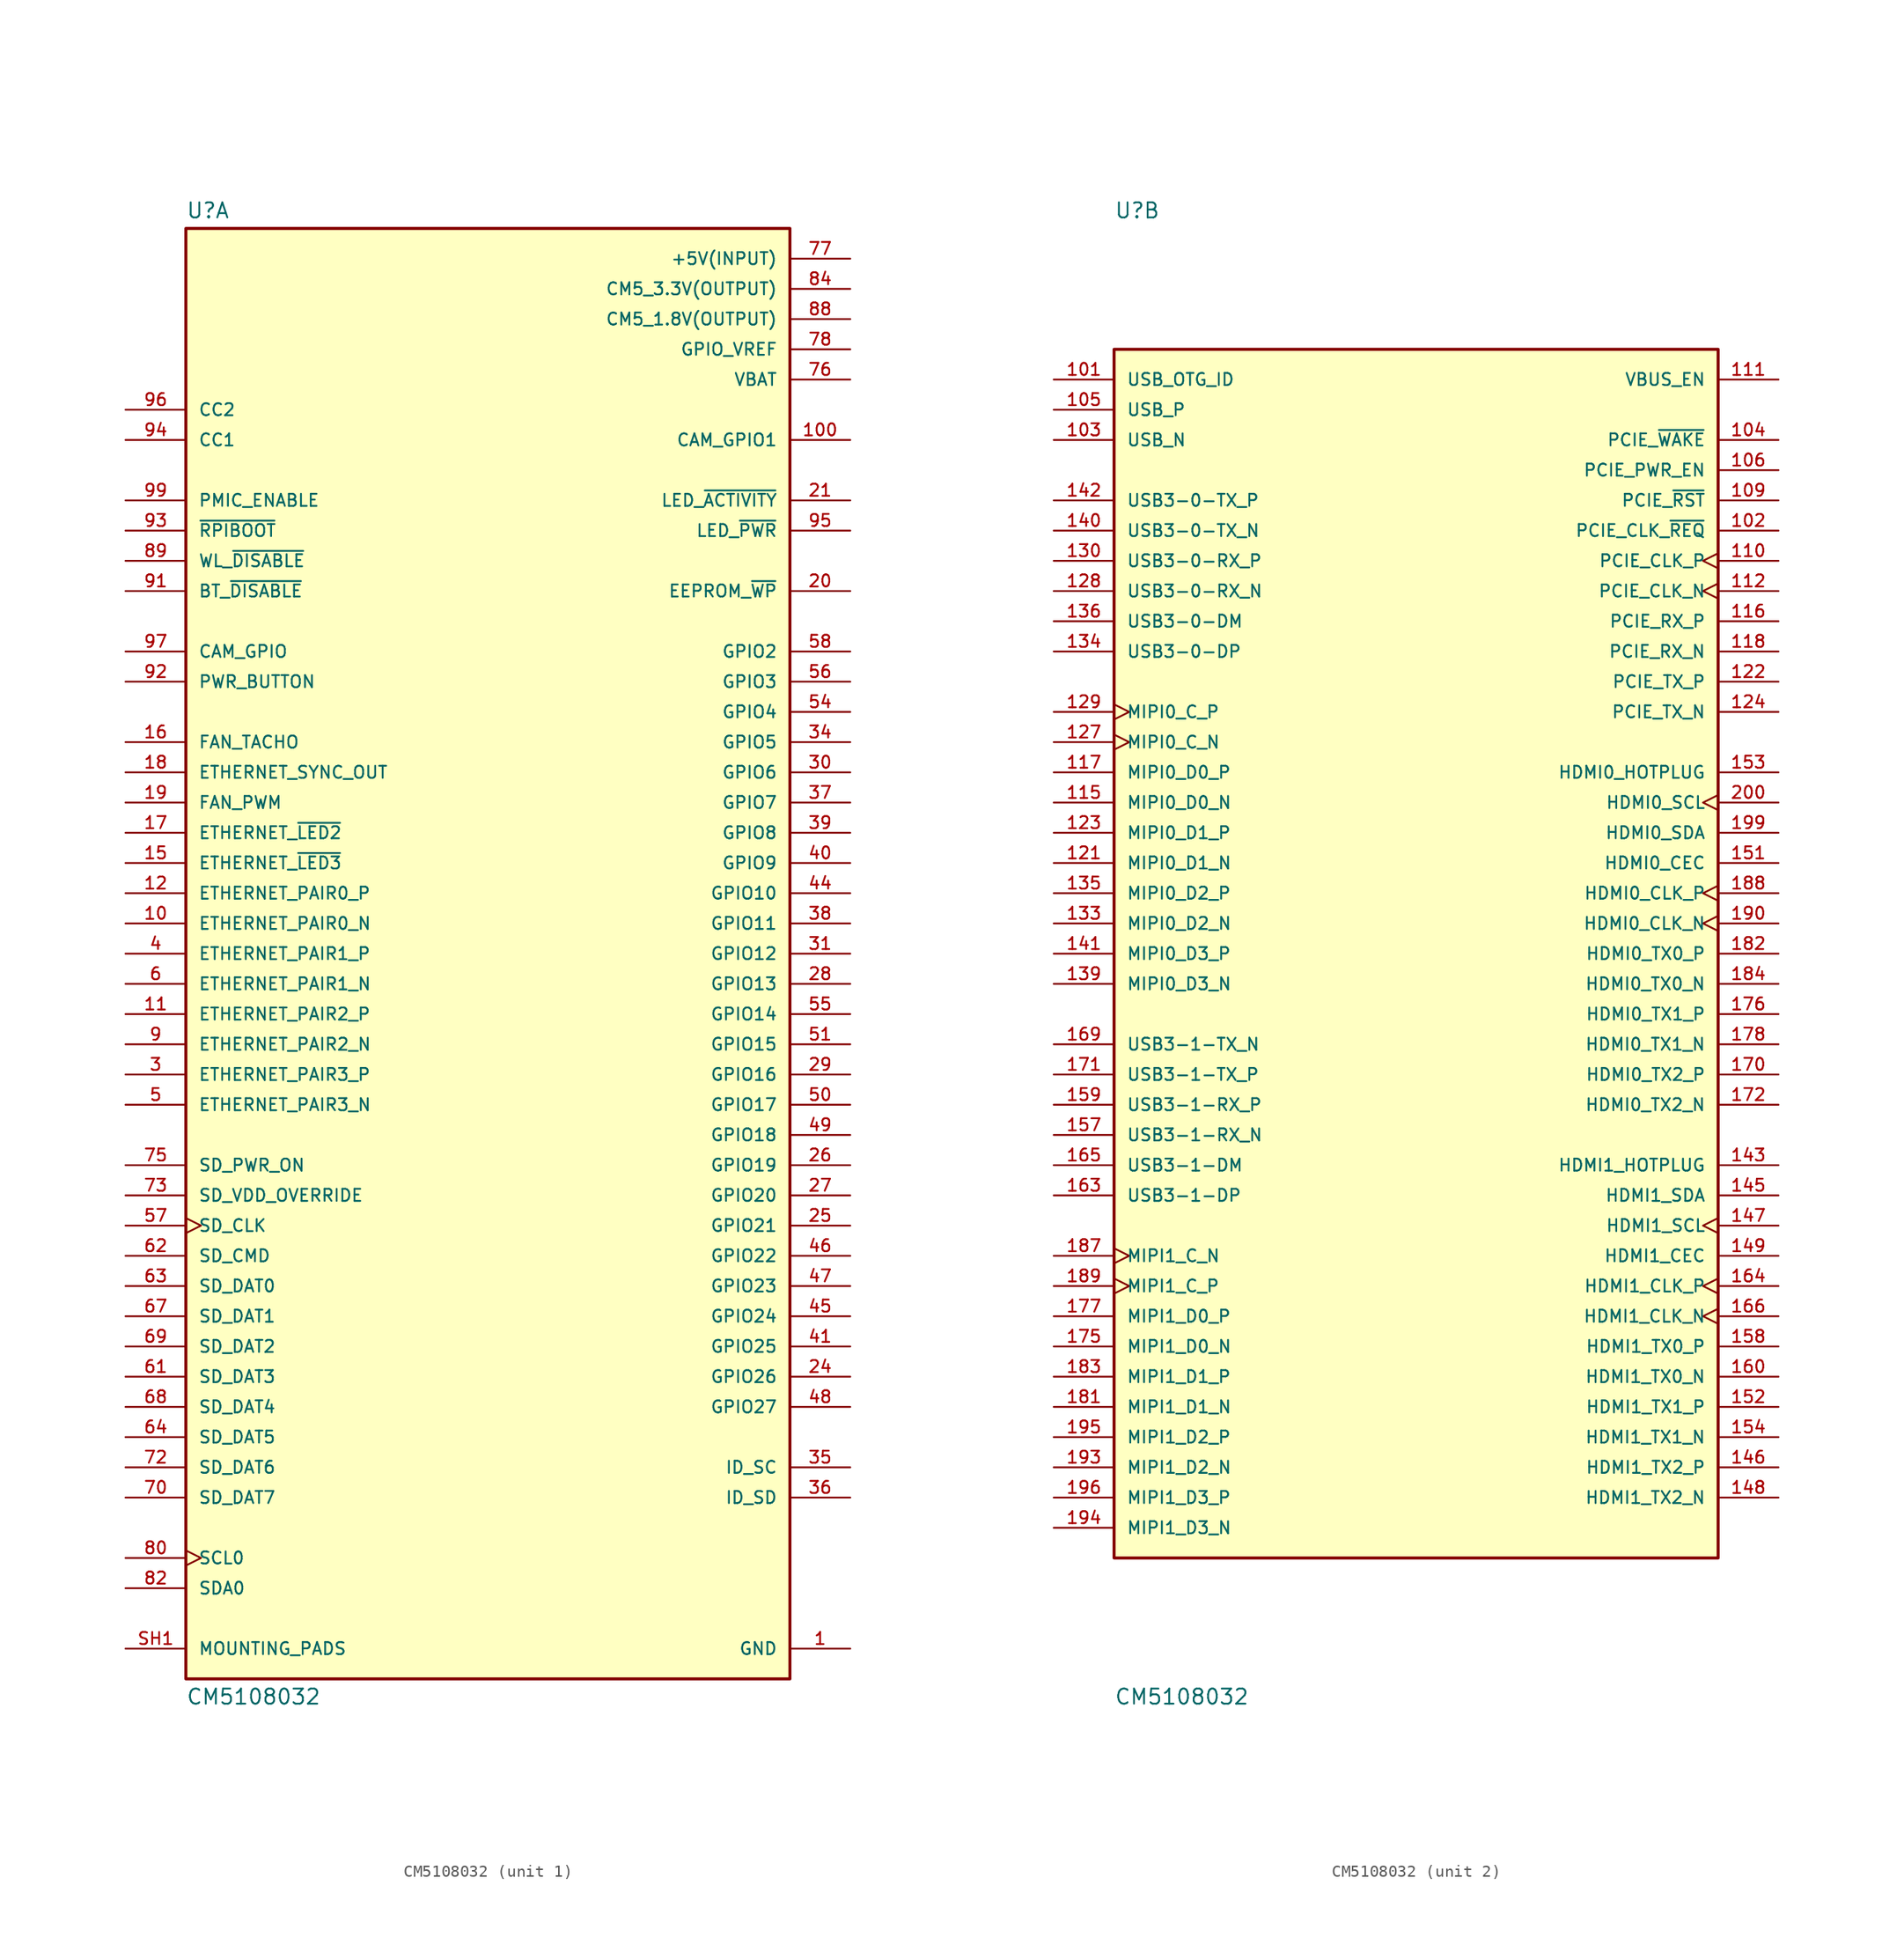
<source format=kicad_sym>
(kicad_symbol_lib
  (version 20211014)
  (generator kicad_symbol_editor)
  (symbol "CM5108032"
    (pin_names
      (offset 1.016))
    (property "Reference" "U"
      (at -25.4 61.722 0)
      (effects (font (size 1.27 1.27)) (justify bottom left)))
    (property "Value" "CM5108032"
      (at -25.4 -61.722 0)
      (effects (font (size 1.27 1.27)) (justify top left)))
    (symbol "CM5108032_1_0"
      (rectangle (start -25.4 -60.96) (end 25.4 60.96) (stroke (width 0.254)) (fill (type background)))
      (pin power_in line (at 30.48 -58.42 180.0) (length 5.08) (name "GND" (effects (font (size 1.016 1.016)))) (number "1" (effects (font (size 1.016 1.016)))))
      (pin power_in line (at 30.48 -58.42 180.0) (length 5.08) hide (name "GND" (effects (font (size 1.016 1.016)))) (number "2" (effects (font (size 1.016 1.016)))))
      (pin power_in line (at 30.48 -58.42 180.0) (length 5.08) hide (name "GND" (effects (font (size 1.016 1.016)))) (number "7" (effects (font (size 1.016 1.016)))))
      (pin power_in line (at 30.48 -58.42 180.0) (length 5.08) hide (name "GND" (effects (font (size 1.016 1.016)))) (number "8" (effects (font (size 1.016 1.016)))))
      (pin power_in line (at 30.48 -58.42 180.0) (length 5.08) hide (name "GND" (effects (font (size 1.016 1.016)))) (number "13" (effects (font (size 1.016 1.016)))))
      (pin power_in line (at 30.48 -58.42 180.0) (length 5.08) hide (name "GND" (effects (font (size 1.016 1.016)))) (number "14" (effects (font (size 1.016 1.016)))))
      (pin power_in line (at 30.48 -58.42 180.0) (length 5.08) hide (name "GND" (effects (font (size 1.016 1.016)))) (number "22" (effects (font (size 1.016 1.016)))))
      (pin power_in line (at 30.48 -58.42 180.0) (length 5.08) hide (name "GND" (effects (font (size 1.016 1.016)))) (number "23" (effects (font (size 1.016 1.016)))))
      (pin power_in line (at 30.48 -58.42 180.0) (length 5.08) hide (name "GND" (effects (font (size 1.016 1.016)))) (number "32" (effects (font (size 1.016 1.016)))))
      (pin power_in line (at 30.48 -58.42 180.0) (length 5.08) hide (name "GND" (effects (font (size 1.016 1.016)))) (number "33" (effects (font (size 1.016 1.016)))))
      (pin power_in line (at 30.48 -58.42 180.0) (length 5.08) hide (name "GND" (effects (font (size 1.016 1.016)))) (number "42" (effects (font (size 1.016 1.016)))))
      (pin power_in line (at 30.48 -58.42 180.0) (length 5.08) hide (name "GND" (effects (font (size 1.016 1.016)))) (number "43" (effects (font (size 1.016 1.016)))))
      (pin power_in line (at 30.48 -58.42 180.0) (length 5.08) hide (name "GND" (effects (font (size 1.016 1.016)))) (number "52" (effects (font (size 1.016 1.016)))))
      (pin power_in line (at 30.48 -58.42 180.0) (length 5.08) hide (name "GND" (effects (font (size 1.016 1.016)))) (number "53" (effects (font (size 1.016 1.016)))))
      (pin power_in line (at 30.48 -58.42 180.0) (length 5.08) hide (name "GND" (effects (font (size 1.016 1.016)))) (number "59" (effects (font (size 1.016 1.016)))))
      (pin power_in line (at 30.48 -58.42 180.0) (length 5.08) hide (name "GND" (effects (font (size 1.016 1.016)))) (number "60" (effects (font (size 1.016 1.016)))))
      (pin power_in line (at 30.48 -58.42 180.0) (length 5.08) hide (name "GND" (effects (font (size 1.016 1.016)))) (number "65" (effects (font (size 1.016 1.016)))))
      (pin power_in line (at 30.48 -58.42 180.0) (length 5.08) hide (name "GND" (effects (font (size 1.016 1.016)))) (number "66" (effects (font (size 1.016 1.016)))))
      (pin power_in line (at 30.48 -58.42 180.0) (length 5.08) hide (name "GND" (effects (font (size 1.016 1.016)))) (number "71" (effects (font (size 1.016 1.016)))))
      (pin power_in line (at 30.48 -58.42 180.0) (length 5.08) hide (name "GND" (effects (font (size 1.016 1.016)))) (number "74" (effects (font (size 1.016 1.016)))))
      (pin power_in line (at 30.48 -58.42 180.0) (length 5.08) hide (name "GND" (effects (font (size 1.016 1.016)))) (number "98" (effects (font (size 1.016 1.016)))))
      (pin power_in line (at 30.48 -58.42 180.0) (length 5.08) hide (name "GND" (effects (font (size 1.016 1.016)))) (number "107" (effects (font (size 1.016 1.016)))))
      (pin power_in line (at 30.48 -58.42 180.0) (length 5.08) hide (name "GND" (effects (font (size 1.016 1.016)))) (number "108" (effects (font (size 1.016 1.016)))))
      (pin power_in line (at 30.48 -58.42 180.0) (length 5.08) hide (name "GND" (effects (font (size 1.016 1.016)))) (number "113" (effects (font (size 1.016 1.016)))))
      (pin power_in line (at 30.48 -58.42 180.0) (length 5.08) hide (name "GND" (effects (font (size 1.016 1.016)))) (number "114" (effects (font (size 1.016 1.016)))))
      (pin power_in line (at 30.48 -58.42 180.0) (length 5.08) hide (name "GND" (effects (font (size 1.016 1.016)))) (number "119" (effects (font (size 1.016 1.016)))))
      (pin power_in line (at 30.48 -58.42 180.0) (length 5.08) hide (name "GND" (effects (font (size 1.016 1.016)))) (number "120" (effects (font (size 1.016 1.016)))))
      (pin power_in line (at 30.48 -58.42 180.0) (length 5.08) hide (name "GND" (effects (font (size 1.016 1.016)))) (number "125" (effects (font (size 1.016 1.016)))))
      (pin power_in line (at 30.48 -58.42 180.0) (length 5.08) hide (name "GND" (effects (font (size 1.016 1.016)))) (number "126" (effects (font (size 1.016 1.016)))))
      (pin power_in line (at 30.48 -58.42 180.0) (length 5.08) hide (name "GND" (effects (font (size 1.016 1.016)))) (number "131" (effects (font (size 1.016 1.016)))))
      (pin power_in line (at 30.48 -58.42 180.0) (length 5.08) hide (name "GND" (effects (font (size 1.016 1.016)))) (number "132" (effects (font (size 1.016 1.016)))))
      (pin power_in line (at 30.48 -58.42 180.0) (length 5.08) hide (name "GND" (effects (font (size 1.016 1.016)))) (number "137" (effects (font (size 1.016 1.016)))))
      (pin power_in line (at 30.48 -58.42 180.0) (length 5.08) hide (name "GND" (effects (font (size 1.016 1.016)))) (number "138" (effects (font (size 1.016 1.016)))))
      (pin power_in line (at 30.48 -58.42 180.0) (length 5.08) hide (name "GND" (effects (font (size 1.016 1.016)))) (number "144" (effects (font (size 1.016 1.016)))))
      (pin power_in line (at 30.48 -58.42 180.0) (length 5.08) hide (name "GND" (effects (font (size 1.016 1.016)))) (number "150" (effects (font (size 1.016 1.016)))))
      (pin power_in line (at 30.48 -58.42 180.0) (length 5.08) hide (name "GND" (effects (font (size 1.016 1.016)))) (number "155" (effects (font (size 1.016 1.016)))))
      (pin power_in line (at 30.48 -58.42 180.0) (length 5.08) hide (name "GND" (effects (font (size 1.016 1.016)))) (number "156" (effects (font (size 1.016 1.016)))))
      (pin power_in line (at 30.48 -58.42 180.0) (length 5.08) hide (name "GND" (effects (font (size 1.016 1.016)))) (number "161" (effects (font (size 1.016 1.016)))))
      (pin power_in line (at 30.48 -58.42 180.0) (length 5.08) hide (name "GND" (effects (font (size 1.016 1.016)))) (number "162" (effects (font (size 1.016 1.016)))))
      (pin power_in line (at 30.48 -58.42 180.0) (length 5.08) hide (name "GND" (effects (font (size 1.016 1.016)))) (number "167" (effects (font (size 1.016 1.016)))))
      (pin power_in line (at 30.48 -58.42 180.0) (length 5.08) hide (name "GND" (effects (font (size 1.016 1.016)))) (number "168" (effects (font (size 1.016 1.016)))))
      (pin power_in line (at 30.48 -58.42 180.0) (length 5.08) hide (name "GND" (effects (font (size 1.016 1.016)))) (number "173" (effects (font (size 1.016 1.016)))))
      (pin power_in line (at 30.48 -58.42 180.0) (length 5.08) hide (name "GND" (effects (font (size 1.016 1.016)))) (number "174" (effects (font (size 1.016 1.016)))))
      (pin power_in line (at 30.48 -58.42 180.0) (length 5.08) hide (name "GND" (effects (font (size 1.016 1.016)))) (number "179" (effects (font (size 1.016 1.016)))))
      (pin power_in line (at 30.48 -58.42 180.0) (length 5.08) hide (name "GND" (effects (font (size 1.016 1.016)))) (number "180" (effects (font (size 1.016 1.016)))))
      (pin power_in line (at 30.48 -58.42 180.0) (length 5.08) hide (name "GND" (effects (font (size 1.016 1.016)))) (number "185" (effects (font (size 1.016 1.016)))))
      (pin power_in line (at 30.48 -58.42 180.0) (length 5.08) hide (name "GND" (effects (font (size 1.016 1.016)))) (number "186" (effects (font (size 1.016 1.016)))))
      (pin power_in line (at 30.48 -58.42 180.0) (length 5.08) hide (name "GND" (effects (font (size 1.016 1.016)))) (number "191" (effects (font (size 1.016 1.016)))))
      (pin power_in line (at 30.48 -58.42 180.0) (length 5.08) hide (name "GND" (effects (font (size 1.016 1.016)))) (number "192" (effects (font (size 1.016 1.016)))))
      (pin power_in line (at 30.48 -58.42 180.0) (length 5.08) hide (name "GND" (effects (font (size 1.016 1.016)))) (number "197" (effects (font (size 1.016 1.016)))))
      (pin power_in line (at 30.48 -58.42 180.0) (length 5.08) hide (name "GND" (effects (font (size 1.016 1.016)))) (number "198" (effects (font (size 1.016 1.016)))))
      (pin bidirectional line (at -30.48 -10.16 0) (length 5.08) (name "ETHERNET_PAIR3_P" (effects (font (size 1.016 1.016)))) (number "3" (effects (font (size 1.016 1.016)))))
      (pin bidirectional line (at -30.48 0.0 0) (length 5.08) (name "ETHERNET_PAIR1_P" (effects (font (size 1.016 1.016)))) (number "4" (effects (font (size 1.016 1.016)))))
      (pin bidirectional line (at -30.48 -12.7 0) (length 5.08) (name "ETHERNET_PAIR3_N" (effects (font (size 1.016 1.016)))) (number "5" (effects (font (size 1.016 1.016)))))
      (pin bidirectional line (at -30.48 -2.54 0) (length 5.08) (name "ETHERNET_PAIR1_N" (effects (font (size 1.016 1.016)))) (number "6" (effects (font (size 1.016 1.016)))))
      (pin bidirectional line (at -30.48 -7.62 0) (length 5.08) (name "ETHERNET_PAIR2_N" (effects (font (size 1.016 1.016)))) (number "9" (effects (font (size 1.016 1.016)))))
      (pin bidirectional line (at -30.48 2.54 0) (length 5.08) (name "ETHERNET_PAIR0_N" (effects (font (size 1.016 1.016)))) (number "10" (effects (font (size 1.016 1.016)))))
      (pin bidirectional line (at -30.48 -5.08 0) (length 5.08) (name "ETHERNET_PAIR2_P" (effects (font (size 1.016 1.016)))) (number "11" (effects (font (size 1.016 1.016)))))
      (pin bidirectional line (at -30.48 5.08 0) (length 5.08) (name "ETHERNET_PAIR0_P" (effects (font (size 1.016 1.016)))) (number "12" (effects (font (size 1.016 1.016)))))
      (pin output line (at -30.48 7.62 0) (length 5.08) (name "ETHERNET_~{LED3}" (effects (font (size 1.016 1.016)))) (number "15" (effects (font (size 1.016 1.016)))))
      (pin input line (at -30.48 17.78 0) (length 5.08) (name "FAN_TACHO" (effects (font (size 1.016 1.016)))) (number "16" (effects (font (size 1.016 1.016)))))
      (pin output line (at -30.48 10.16 0) (length 5.08) (name "ETHERNET_~{LED2}" (effects (font (size 1.016 1.016)))) (number "17" (effects (font (size 1.016 1.016)))))
      (pin output line (at -30.48 15.24 0) (length 5.08) (name "ETHERNET_SYNC_OUT" (effects (font (size 1.016 1.016)))) (number "18" (effects (font (size 1.016 1.016)))))
      (pin output line (at -30.48 12.7 0) (length 5.08) (name "FAN_PWM" (effects (font (size 1.016 1.016)))) (number "19" (effects (font (size 1.016 1.016)))))
      (pin bidirectional line (at 30.48 30.48 180.0) (length 5.08) (name "EEPROM_~{WP}" (effects (font (size 1.016 1.016)))) (number "20" (effects (font (size 1.016 1.016)))))
      (pin bidirectional line (at 30.48 38.1 180.0) (length 5.08) (name "LED_~{ACTIVITY}" (effects (font (size 1.016 1.016)))) (number "21" (effects (font (size 1.016 1.016)))))
      (pin bidirectional line (at 30.48 -35.56 180.0) (length 5.08) (name "GPIO26" (effects (font (size 1.016 1.016)))) (number "24" (effects (font (size 1.016 1.016)))))
      (pin bidirectional line (at 30.48 -22.86 180.0) (length 5.08) (name "GPIO21" (effects (font (size 1.016 1.016)))) (number "25" (effects (font (size 1.016 1.016)))))
      (pin bidirectional line (at 30.48 -17.78 180.0) (length 5.08) (name "GPIO19" (effects (font (size 1.016 1.016)))) (number "26" (effects (font (size 1.016 1.016)))))
      (pin bidirectional line (at 30.48 -20.32 180.0) (length 5.08) (name "GPIO20" (effects (font (size 1.016 1.016)))) (number "27" (effects (font (size 1.016 1.016)))))
      (pin bidirectional line (at 30.48 -2.54 180.0) (length 5.08) (name "GPIO13" (effects (font (size 1.016 1.016)))) (number "28" (effects (font (size 1.016 1.016)))))
      (pin bidirectional line (at 30.48 -10.16 180.0) (length 5.08) (name "GPIO16" (effects (font (size 1.016 1.016)))) (number "29" (effects (font (size 1.016 1.016)))))
      (pin bidirectional line (at 30.48 15.24 180.0) (length 5.08) (name "GPIO6" (effects (font (size 1.016 1.016)))) (number "30" (effects (font (size 1.016 1.016)))))
      (pin bidirectional line (at 30.48 0.0 180.0) (length 5.08) (name "GPIO12" (effects (font (size 1.016 1.016)))) (number "31" (effects (font (size 1.016 1.016)))))
      (pin bidirectional line (at 30.48 17.78 180.0) (length 5.08) (name "GPIO5" (effects (font (size 1.016 1.016)))) (number "34" (effects (font (size 1.016 1.016)))))
      (pin bidirectional line (at 30.48 -43.18 180.0) (length 5.08) (name "ID_SC" (effects (font (size 1.016 1.016)))) (number "35" (effects (font (size 1.016 1.016)))))
      (pin bidirectional line (at 30.48 -45.72 180.0) (length 5.08) (name "ID_SD" (effects (font (size 1.016 1.016)))) (number "36" (effects (font (size 1.016 1.016)))))
      (pin bidirectional line (at 30.48 12.7 180.0) (length 5.08) (name "GPIO7" (effects (font (size 1.016 1.016)))) (number "37" (effects (font (size 1.016 1.016)))))
      (pin bidirectional line (at 30.48 2.54 180.0) (length 5.08) (name "GPIO11" (effects (font (size 1.016 1.016)))) (number "38" (effects (font (size 1.016 1.016)))))
      (pin bidirectional line (at 30.48 10.16 180.0) (length 5.08) (name "GPIO8" (effects (font (size 1.016 1.016)))) (number "39" (effects (font (size 1.016 1.016)))))
      (pin bidirectional line (at 30.48 7.62 180.0) (length 5.08) (name "GPIO9" (effects (font (size 1.016 1.016)))) (number "40" (effects (font (size 1.016 1.016)))))
      (pin bidirectional line (at 30.48 -33.02 180.0) (length 5.08) (name "GPIO25" (effects (font (size 1.016 1.016)))) (number "41" (effects (font (size 1.016 1.016)))))
      (pin bidirectional line (at 30.48 5.08 180.0) (length 5.08) (name "GPIO10" (effects (font (size 1.016 1.016)))) (number "44" (effects (font (size 1.016 1.016)))))
      (pin bidirectional line (at 30.48 -30.48 180.0) (length 5.08) (name "GPIO24" (effects (font (size 1.016 1.016)))) (number "45" (effects (font (size 1.016 1.016)))))
      (pin bidirectional line (at 30.48 -27.94 180.0) (length 5.08) (name "GPIO23" (effects (font (size 1.016 1.016)))) (number "47" (effects (font (size 1.016 1.016)))))
      (pin bidirectional line (at 30.48 -25.4 180.0) (length 5.08) (name "GPIO22" (effects (font (size 1.016 1.016)))) (number "46" (effects (font (size 1.016 1.016)))))
      (pin bidirectional line (at 30.48 -38.1 180.0) (length 5.08) (name "GPIO27" (effects (font (size 1.016 1.016)))) (number "48" (effects (font (size 1.016 1.016)))))
      (pin bidirectional line (at 30.48 -15.24 180.0) (length 5.08) (name "GPIO18" (effects (font (size 1.016 1.016)))) (number "49" (effects (font (size 1.016 1.016)))))
      (pin bidirectional line (at 30.48 -12.7 180.0) (length 5.08) (name "GPIO17" (effects (font (size 1.016 1.016)))) (number "50" (effects (font (size 1.016 1.016)))))
      (pin bidirectional line (at 30.48 -7.62 180.0) (length 5.08) (name "GPIO15" (effects (font (size 1.016 1.016)))) (number "51" (effects (font (size 1.016 1.016)))))
      (pin bidirectional line (at 30.48 20.32 180.0) (length 5.08) (name "GPIO4" (effects (font (size 1.016 1.016)))) (number "54" (effects (font (size 1.016 1.016)))))
      (pin bidirectional line (at 30.48 -5.08 180.0) (length 5.08) (name "GPIO14" (effects (font (size 1.016 1.016)))) (number "55" (effects (font (size 1.016 1.016)))))
      (pin bidirectional line (at 30.48 22.86 180.0) (length 5.08) (name "GPIO3" (effects (font (size 1.016 1.016)))) (number "56" (effects (font (size 1.016 1.016)))))
      (pin bidirectional clock (at -30.48 -22.86 0) (length 5.08) (name "SD_CLK" (effects (font (size 1.016 1.016)))) (number "57" (effects (font (size 1.016 1.016)))))
      (pin bidirectional line (at -30.48 -35.56 0) (length 5.08) (name "SD_DAT3" (effects (font (size 1.016 1.016)))) (number "61" (effects (font (size 1.016 1.016)))))
      (pin input line (at -30.48 -25.4 0) (length 5.08) (name "SD_CMD" (effects (font (size 1.016 1.016)))) (number "62" (effects (font (size 1.016 1.016)))))
      (pin bidirectional line (at -30.48 -27.94 0) (length 5.08) (name "SD_DAT0" (effects (font (size 1.016 1.016)))) (number "63" (effects (font (size 1.016 1.016)))))
      (pin bidirectional line (at -30.48 -40.64 0) (length 5.08) (name "SD_DAT5" (effects (font (size 1.016 1.016)))) (number "64" (effects (font (size 1.016 1.016)))))
      (pin bidirectional line (at -30.48 -30.48 0) (length 5.08) (name "SD_DAT1" (effects (font (size 1.016 1.016)))) (number "67" (effects (font (size 1.016 1.016)))))
      (pin bidirectional line (at -30.48 -38.1 0) (length 5.08) (name "SD_DAT4" (effects (font (size 1.016 1.016)))) (number "68" (effects (font (size 1.016 1.016)))))
      (pin bidirectional line (at -30.48 -33.02 0) (length 5.08) (name "SD_DAT2" (effects (font (size 1.016 1.016)))) (number "69" (effects (font (size 1.016 1.016)))))
      (pin bidirectional line (at -30.48 -43.18 0) (length 5.08) (name "SD_DAT6" (effects (font (size 1.016 1.016)))) (number "72" (effects (font (size 1.016 1.016)))))
      (pin bidirectional line (at -30.48 -45.72 0) (length 5.08) (name "SD_DAT7" (effects (font (size 1.016 1.016)))) (number "70" (effects (font (size 1.016 1.016)))))
      (pin input line (at -30.48 -20.32 0) (length 5.08) (name "SD_VDD_OVERRIDE" (effects (font (size 1.016 1.016)))) (number "73" (effects (font (size 1.016 1.016)))))
      (pin output line (at -30.48 -17.78 0) (length 5.08) (name "SD_PWR_ON" (effects (font (size 1.016 1.016)))) (number "75" (effects (font (size 1.016 1.016)))))
      (pin power_in line (at 30.48 58.42 180.0) (length 5.08) (name "+5V(INPUT)" (effects (font (size 1.016 1.016)))) (number "77" (effects (font (size 1.016 1.016)))))
      (pin power_in line (at 30.48 58.42 180.0) (length 5.08) hide (name "+5V(INPUT)" (effects (font (size 1.016 1.016)))) (number "79" (effects (font (size 1.016 1.016)))))
      (pin power_in line (at 30.48 58.42 180.0) (length 5.08) hide (name "+5V(INPUT)" (effects (font (size 1.016 1.016)))) (number "81" (effects (font (size 1.016 1.016)))))
      (pin power_in line (at 30.48 58.42 180.0) (length 5.08) hide (name "+5V(INPUT)" (effects (font (size 1.016 1.016)))) (number "83" (effects (font (size 1.016 1.016)))))
      (pin power_in line (at 30.48 58.42 180.0) (length 5.08) hide (name "+5V(INPUT)" (effects (font (size 1.016 1.016)))) (number "85" (effects (font (size 1.016 1.016)))))
      (pin power_in line (at 30.48 58.42 180.0) (length 5.08) hide (name "+5V(INPUT)" (effects (font (size 1.016 1.016)))) (number "87" (effects (font (size 1.016 1.016)))))
      (pin input clock (at -30.48 -50.8 0) (length 5.08) (name "SCL0" (effects (font (size 1.016 1.016)))) (number "80" (effects (font (size 1.016 1.016)))))
      (pin bidirectional line (at -30.48 -53.34 0) (length 5.08) (name "SDA0" (effects (font (size 1.016 1.016)))) (number "82" (effects (font (size 1.016 1.016)))))
      (pin power_in line (at 30.48 55.88 180.0) (length 5.08) (name "CM5_3.3V(OUTPUT)" (effects (font (size 1.016 1.016)))) (number "84" (effects (font (size 1.016 1.016)))))
      (pin power_in line (at 30.48 55.88 180.0) (length 5.08) hide (name "CM5_3.3V(OUTPUT)" (effects (font (size 1.016 1.016)))) (number "86" (effects (font (size 1.016 1.016)))))
      (pin power_in line (at 30.48 53.34 180.0) (length 5.08) (name "CM5_1.8V(OUTPUT)" (effects (font (size 1.016 1.016)))) (number "88" (effects (font (size 1.016 1.016)))))
      (pin power_in line (at 30.48 53.34 180.0) (length 5.08) hide (name "CM5_1.8V(OUTPUT)" (effects (font (size 1.016 1.016)))) (number "90" (effects (font (size 1.016 1.016)))))
      (pin input line (at -30.48 33.02 0) (length 5.08) (name "WL_~{DISABLE}" (effects (font (size 1.016 1.016)))) (number "89" (effects (font (size 1.016 1.016)))))
      (pin input line (at -30.48 30.48 0) (length 5.08) (name "BT_~{DISABLE}" (effects (font (size 1.016 1.016)))) (number "91" (effects (font (size 1.016 1.016)))))
      (pin input line (at -30.48 22.86 0) (length 5.08) (name "PWR_BUTTON" (effects (font (size 1.016 1.016)))) (number "92" (effects (font (size 1.016 1.016)))))
      (pin input line (at -30.48 35.56 0) (length 5.08) (name "~{RPIBOOT}" (effects (font (size 1.016 1.016)))) (number "93" (effects (font (size 1.016 1.016)))))
      (pin bidirectional line (at -30.48 43.18 0) (length 5.08) (name "CC1" (effects (font (size 1.016 1.016)))) (number "94" (effects (font (size 1.016 1.016)))))
      (pin output line (at 30.48 35.56 180.0) (length 5.08) (name "LED_~{PWR}" (effects (font (size 1.016 1.016)))) (number "95" (effects (font (size 1.016 1.016)))))
      (pin bidirectional line (at -30.48 45.72 0) (length 5.08) (name "CC2" (effects (font (size 1.016 1.016)))) (number "96" (effects (font (size 1.016 1.016)))))
      (pin bidirectional line (at -30.48 25.4 0) (length 5.08) (name "CAM_GPIO" (effects (font (size 1.016 1.016)))) (number "97" (effects (font (size 1.016 1.016)))))
      (pin input line (at -30.48 38.1 0) (length 5.08) (name "PMIC_ENABLE" (effects (font (size 1.016 1.016)))) (number "99" (effects (font (size 1.016 1.016)))))
      (pin output line (at 30.48 43.18 180.0) (length 5.08) (name "CAM_GPIO1" (effects (font (size 1.016 1.016)))) (number "100" (effects (font (size 1.016 1.016)))))
      (pin bidirectional line (at 30.48 25.4 180.0) (length 5.08) (name "GPIO2" (effects (font (size 1.016 1.016)))) (number "58" (effects (font (size 1.016 1.016)))))
      (pin power_in line (at 30.48 50.8 180.0) (length 5.08) (name "GPIO_VREF" (effects (font (size 1.016 1.016)))) (number "78" (effects (font (size 1.016 1.016)))))
      (pin passive line (at -30.48 -58.42 0) (length 5.08) (name "MOUNTING_PADS" (effects (font (size 1.016 1.016)))) (number "SH1" (effects (font (size 1.016 1.016)))))
      (pin passive line (at -30.48 -58.42 0) (length 5.08) hide (name "MOUNTING_PADS" (effects (font (size 1.016 1.016)))) (number "SH2" (effects (font (size 1.016 1.016)))))
      (pin passive line (at -30.48 -58.42 0) (length 5.08) hide (name "MOUNTING_PADS" (effects (font (size 1.016 1.016)))) (number "SH3" (effects (font (size 1.016 1.016)))))
      (pin passive line (at -30.48 -58.42 0) (length 5.08) hide (name "MOUNTING_PADS" (effects (font (size 1.016 1.016)))) (number "SH4" (effects (font (size 1.016 1.016)))))
      (pin power_in line (at 30.48 48.26 180.0) (length 5.08) (name "VBAT" (effects (font (size 1.016 1.016)))) (number "76" (effects (font (size 1.016 1.016))))))
    (symbol "CM5108032_2_0"
      (rectangle (start -25.4 -50.8) (end 25.4 50.8) (stroke (width 0.254)) (fill (type background)))
      (pin input line (at -30.48 48.26 0) (length 5.08) (name "USB_OTG_ID" (effects (font (size 1.016 1.016)))) (number "101" (effects (font (size 1.016 1.016)))))
      (pin input line (at 30.48 35.56 180.0) (length 5.08) (name "PCIE_CLK_~{REQ}" (effects (font (size 1.016 1.016)))) (number "102" (effects (font (size 1.016 1.016)))))
      (pin bidirectional line (at -30.48 43.18 0) (length 5.08) (name "USB_N" (effects (font (size 1.016 1.016)))) (number "103" (effects (font (size 1.016 1.016)))))
      (pin bidirectional line (at -30.48 45.72 0) (length 5.08) (name "USB_P" (effects (font (size 1.016 1.016)))) (number "105" (effects (font (size 1.016 1.016)))))
      (pin output line (at 30.48 38.1 180.0) (length 5.08) (name "PCIE_~{RST}" (effects (font (size 1.016 1.016)))) (number "109" (effects (font (size 1.016 1.016)))))
      (pin output clock (at 30.48 33.02 180.0) (length 5.08) (name "PCIE_CLK_P" (effects (font (size 1.016 1.016)))) (number "110" (effects (font (size 1.016 1.016)))))
      (pin output line (at 30.48 48.26 180.0) (length 5.08) (name "VBUS_EN" (effects (font (size 1.016 1.016)))) (number "111" (effects (font (size 1.016 1.016)))))
      (pin output clock (at 30.48 30.48 180.0) (length 5.08) (name "PCIE_CLK_N" (effects (font (size 1.016 1.016)))) (number "112" (effects (font (size 1.016 1.016)))))
      (pin input line (at -30.48 12.7 0) (length 5.08) (name "MIPI0_D0_N" (effects (font (size 1.016 1.016)))) (number "115" (effects (font (size 1.016 1.016)))))
      (pin input line (at 30.48 27.94 180.0) (length 5.08) (name "PCIE_RX_P" (effects (font (size 1.016 1.016)))) (number "116" (effects (font (size 1.016 1.016)))))
      (pin input line (at -30.48 15.24 0) (length 5.08) (name "MIPI0_D0_P" (effects (font (size 1.016 1.016)))) (number "117" (effects (font (size 1.016 1.016)))))
      (pin input line (at 30.48 25.4 180.0) (length 5.08) (name "PCIE_RX_N" (effects (font (size 1.016 1.016)))) (number "118" (effects (font (size 1.016 1.016)))))
      (pin input line (at -30.48 10.16 0) (length 5.08) (name "MIPI0_D1_P" (effects (font (size 1.016 1.016)))) (number "123" (effects (font (size 1.016 1.016)))))
      (pin output line (at 30.48 20.32 180.0) (length 5.08) (name "PCIE_TX_N" (effects (font (size 1.016 1.016)))) (number "124" (effects (font (size 1.016 1.016)))))
      (pin input clock (at -30.48 17.78 0) (length 5.08) (name "MIPI0_C_N" (effects (font (size 1.016 1.016)))) (number "127" (effects (font (size 1.016 1.016)))))
      (pin bidirectional line (at -30.48 30.48 0) (length 5.08) (name "USB3-0-RX_N" (effects (font (size 1.016 1.016)))) (number "128" (effects (font (size 1.016 1.016)))))
      (pin input clock (at -30.48 20.32 0) (length 5.08) (name "MIPI0_C_P" (effects (font (size 1.016 1.016)))) (number "129" (effects (font (size 1.016 1.016)))))
      (pin bidirectional line (at -30.48 33.02 0) (length 5.08) (name "USB3-0-RX_P" (effects (font (size 1.016 1.016)))) (number "130" (effects (font (size 1.016 1.016)))))
      (pin input line (at -30.48 2.54 0) (length 5.08) (name "MIPI0_D2_N" (effects (font (size 1.016 1.016)))) (number "133" (effects (font (size 1.016 1.016)))))
      (pin bidirectional line (at -30.48 25.4 0) (length 5.08) (name "USB3-0-DP" (effects (font (size 1.016 1.016)))) (number "134" (effects (font (size 1.016 1.016)))))
      (pin input line (at -30.48 5.08 0) (length 5.08) (name "MIPI0_D2_P" (effects (font (size 1.016 1.016)))) (number "135" (effects (font (size 1.016 1.016)))))
      (pin bidirectional line (at -30.48 27.94 0) (length 5.08) (name "USB3-0-DM" (effects (font (size 1.016 1.016)))) (number "136" (effects (font (size 1.016 1.016)))))
      (pin input line (at -30.48 -2.54 0) (length 5.08) (name "MIPI0_D3_N" (effects (font (size 1.016 1.016)))) (number "139" (effects (font (size 1.016 1.016)))))
      (pin bidirectional line (at -30.48 35.56 0) (length 5.08) (name "USB3-0-TX_N" (effects (font (size 1.016 1.016)))) (number "140" (effects (font (size 1.016 1.016)))))
      (pin input line (at -30.48 0.0 0) (length 5.08) (name "MIPI0_D3_P" (effects (font (size 1.016 1.016)))) (number "141" (effects (font (size 1.016 1.016)))))
      (pin bidirectional line (at -30.48 38.1 0) (length 5.08) (name "USB3-0-TX_P" (effects (font (size 1.016 1.016)))) (number "142" (effects (font (size 1.016 1.016)))))
      (pin input line (at 30.48 -17.78 180.0) (length 5.08) (name "HDMI1_HOTPLUG" (effects (font (size 1.016 1.016)))) (number "143" (effects (font (size 1.016 1.016)))))
      (pin bidirectional line (at 30.48 -20.32 180.0) (length 5.08) (name "HDMI1_SDA" (effects (font (size 1.016 1.016)))) (number "145" (effects (font (size 1.016 1.016)))))
      (pin output line (at 30.48 -43.18 180.0) (length 5.08) (name "HDMI1_TX2_P" (effects (font (size 1.016 1.016)))) (number "146" (effects (font (size 1.016 1.016)))))
      (pin bidirectional clock (at 30.48 -22.86 180.0) (length 5.08) (name "HDMI1_SCL" (effects (font (size 1.016 1.016)))) (number "147" (effects (font (size 1.016 1.016)))))
      (pin output line (at 30.48 -45.72 180.0) (length 5.08) (name "HDMI1_TX2_N" (effects (font (size 1.016 1.016)))) (number "148" (effects (font (size 1.016 1.016)))))
      (pin input line (at 30.48 -25.4 180.0) (length 5.08) (name "HDMI1_CEC" (effects (font (size 1.016 1.016)))) (number "149" (effects (font (size 1.016 1.016)))))
      (pin input line (at 30.48 7.62 180.0) (length 5.08) (name "HDMI0_CEC" (effects (font (size 1.016 1.016)))) (number "151" (effects (font (size 1.016 1.016)))))
      (pin output line (at 30.48 -38.1 180.0) (length 5.08) (name "HDMI1_TX1_P" (effects (font (size 1.016 1.016)))) (number "152" (effects (font (size 1.016 1.016)))))
      (pin input line (at 30.48 15.24 180.0) (length 5.08) (name "HDMI0_HOTPLUG" (effects (font (size 1.016 1.016)))) (number "153" (effects (font (size 1.016 1.016)))))
      (pin output line (at 30.48 -40.64 180.0) (length 5.08) (name "HDMI1_TX1_N" (effects (font (size 1.016 1.016)))) (number "154" (effects (font (size 1.016 1.016)))))
      (pin bidirectional line (at -30.48 -15.24 0) (length 5.08) (name "USB3-1-RX_N" (effects (font (size 1.016 1.016)))) (number "157" (effects (font (size 1.016 1.016)))))
      (pin output line (at 30.48 -33.02 180.0) (length 5.08) (name "HDMI1_TX0_P" (effects (font (size 1.016 1.016)))) (number "158" (effects (font (size 1.016 1.016)))))
      (pin bidirectional line (at -30.48 -12.7 0) (length 5.08) (name "USB3-1-RX_P" (effects (font (size 1.016 1.016)))) (number "159" (effects (font (size 1.016 1.016)))))
      (pin output line (at 30.48 -35.56 180.0) (length 5.08) (name "HDMI1_TX0_N" (effects (font (size 1.016 1.016)))) (number "160" (effects (font (size 1.016 1.016)))))
      (pin bidirectional line (at -30.48 -20.32 0) (length 5.08) (name "USB3-1-DP" (effects (font (size 1.016 1.016)))) (number "163" (effects (font (size 1.016 1.016)))))
      (pin output clock (at 30.48 -27.94 180.0) (length 5.08) (name "HDMI1_CLK_P" (effects (font (size 1.016 1.016)))) (number "164" (effects (font (size 1.016 1.016)))))
      (pin bidirectional line (at -30.48 -17.78 0) (length 5.08) (name "USB3-1-DM" (effects (font (size 1.016 1.016)))) (number "165" (effects (font (size 1.016 1.016)))))
      (pin output clock (at 30.48 -30.48 180.0) (length 5.08) (name "HDMI1_CLK_N" (effects (font (size 1.016 1.016)))) (number "166" (effects (font (size 1.016 1.016)))))
      (pin bidirectional line (at -30.48 -7.62 0) (length 5.08) (name "USB3-1-TX_N" (effects (font (size 1.016 1.016)))) (number "169" (effects (font (size 1.016 1.016)))))
      (pin output line (at 30.48 -10.16 180.0) (length 5.08) (name "HDMI0_TX2_P" (effects (font (size 1.016 1.016)))) (number "170" (effects (font (size 1.016 1.016)))))
      (pin bidirectional line (at -30.48 -10.16 0) (length 5.08) (name "USB3-1-TX_P" (effects (font (size 1.016 1.016)))) (number "171" (effects (font (size 1.016 1.016)))))
      (pin output line (at 30.48 -12.7 180.0) (length 5.08) (name "HDMI0_TX2_N" (effects (font (size 1.016 1.016)))) (number "172" (effects (font (size 1.016 1.016)))))
      (pin output line (at -30.48 -30.48 0) (length 5.08) (name "MIPI1_D0_P" (effects (font (size 1.016 1.016)))) (number "177" (effects (font (size 1.016 1.016)))))
      (pin output line (at 30.48 -7.62 180.0) (length 5.08) (name "HDMI0_TX1_N" (effects (font (size 1.016 1.016)))) (number "178" (effects (font (size 1.016 1.016)))))
      (pin output line (at -30.48 -38.1 0) (length 5.08) (name "MIPI1_D1_N" (effects (font (size 1.016 1.016)))) (number "181" (effects (font (size 1.016 1.016)))))
      (pin output line (at 30.48 0.0 180.0) (length 5.08) (name "HDMI0_TX0_P" (effects (font (size 1.016 1.016)))) (number "182" (effects (font (size 1.016 1.016)))))
      (pin output line (at -30.48 -35.56 0) (length 5.08) (name "MIPI1_D1_P" (effects (font (size 1.016 1.016)))) (number "183" (effects (font (size 1.016 1.016)))))
      (pin output line (at 30.48 -2.54 180.0) (length 5.08) (name "HDMI0_TX0_N" (effects (font (size 1.016 1.016)))) (number "184" (effects (font (size 1.016 1.016)))))
      (pin output clock (at -30.48 -25.4 0) (length 5.08) (name "MIPI1_C_N" (effects (font (size 1.016 1.016)))) (number "187" (effects (font (size 1.016 1.016)))))
      (pin output clock (at 30.48 2.54 180.0) (length 5.08) (name "HDMI0_CLK_N" (effects (font (size 1.016 1.016)))) (number "190" (effects (font (size 1.016 1.016)))))
      (pin output line (at -30.48 -43.18 0) (length 5.08) (name "MIPI1_D2_N" (effects (font (size 1.016 1.016)))) (number "193" (effects (font (size 1.016 1.016)))))
      (pin output line (at -30.48 -48.26 0) (length 5.08) (name "MIPI1_D3_N" (effects (font (size 1.016 1.016)))) (number "194" (effects (font (size 1.016 1.016)))))
      (pin output line (at -30.48 -40.64 0) (length 5.08) (name "MIPI1_D2_P" (effects (font (size 1.016 1.016)))) (number "195" (effects (font (size 1.016 1.016)))))
      (pin output line (at -30.48 -45.72 0) (length 5.08) (name "MIPI1_D3_P" (effects (font (size 1.016 1.016)))) (number "196" (effects (font (size 1.016 1.016)))))
      (pin bidirectional line (at 30.48 10.16 180.0) (length 5.08) (name "HDMI0_SDA" (effects (font (size 1.016 1.016)))) (number "199" (effects (font (size 1.016 1.016)))))
      (pin bidirectional clock (at 30.48 12.7 180.0) (length 5.08) (name "HDMI0_SCL" (effects (font (size 1.016 1.016)))) (number "200" (effects (font (size 1.016 1.016)))))
      (pin input line (at -30.48 7.62 0) (length 5.08) (name "MIPI0_D1_N" (effects (font (size 1.016 1.016)))) (number "121" (effects (font (size 1.016 1.016)))))
      (pin output clock (at 30.48 5.08 180.0) (length 5.08) (name "HDMI0_CLK_P" (effects (font (size 1.016 1.016)))) (number "188" (effects (font (size 1.016 1.016)))))
      (pin output line (at 30.48 -5.08 180.0) (length 5.08) (name "HDMI0_TX1_P" (effects (font (size 1.016 1.016)))) (number "176" (effects (font (size 1.016 1.016)))))
      (pin output clock (at -30.48 -27.94 0) (length 5.08) (name "MIPI1_C_P" (effects (font (size 1.016 1.016)))) (number "189" (effects (font (size 1.016 1.016)))))
      (pin output line (at -30.48 -33.02 0) (length 5.08) (name "MIPI1_D0_N" (effects (font (size 1.016 1.016)))) (number "175" (effects (font (size 1.016 1.016)))))
      (pin output line (at 30.48 22.86 180.0) (length 5.08) (name "PCIE_TX_P" (effects (font (size 1.016 1.016)))) (number "122" (effects (font (size 1.016 1.016)))))
      (pin input line (at 30.48 43.18 180.0) (length 5.08) (name "PCIE_~{WAKE}" (effects (font (size 1.016 1.016)))) (number "104" (effects (font (size 1.016 1.016)))))
      (pin output line (at 30.48 40.64 180.0) (length 5.08) (name "PCIE_PWR_EN" (effects (font (size 1.016 1.016)))) (number "106" (effects (font (size 1.016 1.016))))))))
</source>
